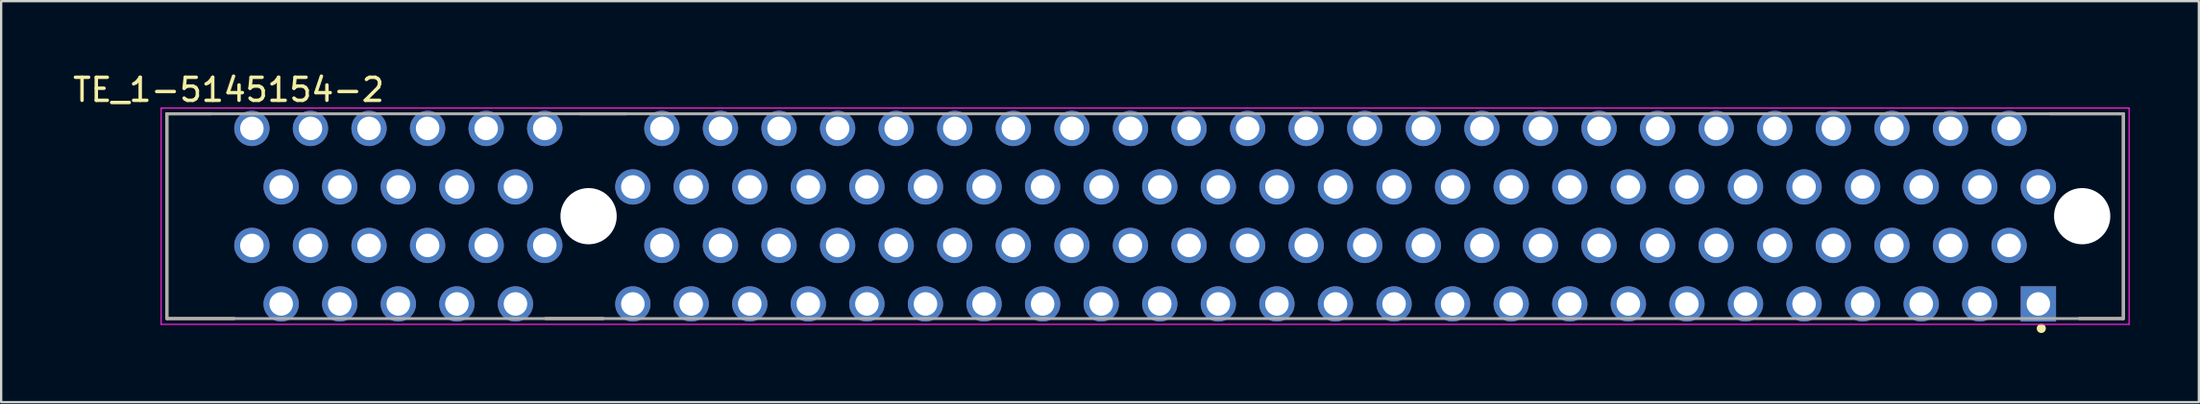
<source format=kicad_pcb>
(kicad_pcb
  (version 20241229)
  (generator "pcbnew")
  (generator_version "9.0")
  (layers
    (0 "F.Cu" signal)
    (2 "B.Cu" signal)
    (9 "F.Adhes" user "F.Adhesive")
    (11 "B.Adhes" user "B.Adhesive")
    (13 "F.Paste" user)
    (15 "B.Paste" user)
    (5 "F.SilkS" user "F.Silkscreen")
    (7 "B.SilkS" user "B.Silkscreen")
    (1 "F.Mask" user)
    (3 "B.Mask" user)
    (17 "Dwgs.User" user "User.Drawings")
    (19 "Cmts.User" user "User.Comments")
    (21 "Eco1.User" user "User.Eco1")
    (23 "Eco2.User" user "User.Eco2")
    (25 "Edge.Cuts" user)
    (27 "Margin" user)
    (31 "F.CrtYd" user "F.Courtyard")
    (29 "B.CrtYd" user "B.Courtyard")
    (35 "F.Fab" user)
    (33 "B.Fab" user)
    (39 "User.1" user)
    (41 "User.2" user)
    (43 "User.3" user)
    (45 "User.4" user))
  (footprint "TE_1-5145154-2"
    (layer "F.Cu")
    (at 46.608 6.335)
    (property "Reference" "TE_1-5145154-2" (at -39.744 -5.486 0) (layer "F.SilkS") (effects (font (size 1 1) (thickness 0.15))))
    (attr through_hole)
    (fp_line (start -42.42 -4.445) (end -40.5 -4.445) (stroke (width 0.127) (type solid)) (layer "F.SilkS"))
    (fp_line (start -42.42 4.445) (end -42.42 -4.445) (stroke (width 0.127) (type solid)) (layer "F.SilkS"))
    (fp_line (start -42.42 4.445) (end -39.5 4.445) (stroke (width 0.127) (type solid)) (layer "F.SilkS"))
    (fp_line (start -26 4.445) (end -23.5 4.445) (stroke (width 0.127) (type solid)) (layer "F.SilkS"))
    (fp_line (start -24.5 -4.445) (end -22.5 -4.445) (stroke (width 0.127) (type solid)) (layer "F.SilkS"))
    (fp_line (start 39.235 -4.445) (end 42.42 -4.445) (stroke (width 0.127) (type solid)) (layer "F.SilkS"))
    (fp_line (start 42.42 -4.445) (end 42.42 4.445) (stroke (width 0.127) (type solid)) (layer "F.SilkS"))
    (fp_line (start 42.42 4.445) (end 40.51 4.445) (stroke (width 0.127) (type solid)) (layer "F.SilkS"))
    (fp_circle (center 38.862 4.873) (end 38.962 4.873) (stroke (width 0.2) (type solid)) (fill no) (layer "F.SilkS"))
    (fp_line (start -42.67 -4.695) (end 42.67 -4.695) (stroke (width 0.05) (type solid)) (layer "F.CrtYd"))
    (fp_line (start -42.67 4.695) (end -42.67 -4.695) (stroke (width 0.05) (type solid)) (layer "F.CrtYd"))
    (fp_line (start 42.67 -4.695) (end 42.67 4.695) (stroke (width 0.05) (type solid)) (layer "F.CrtYd"))
    (fp_line (start 42.67 4.695) (end -42.67 4.695) (stroke (width 0.05) (type solid)) (layer "F.CrtYd"))
    (fp_line (start -42.42 -4.445) (end 42.42 -4.445) (stroke (width 0.127) (type solid)) (layer "F.Fab"))
    (fp_line (start -42.42 4.445) (end -42.42 -4.445) (stroke (width 0.127) (type solid)) (layer "F.Fab"))
    (fp_line (start 42.42 -4.445) (end 42.42 4.445) (stroke (width 0.127) (type solid)) (layer "F.Fab"))
    (fp_line (start 42.42 4.445) (end -42.42 4.445) (stroke (width 0.127) (type solid)) (layer "F.Fab"))
    (pad "" np_thru_hole circle (at -24.135 0) (size 2.44 2.44) (drill 2.44) (layers "*.Cu" "*.Mask"))
    (pad "" np_thru_hole circle (at 40.635 0) (size 2.44 2.44) (drill 2.44) (layers "*.Cu" "*.Mask"))
    (pad "1" thru_hole rect (at 38.735 3.81) (size 1.53 1.53) (drill 1.02) (layers "*.Cu" "*.Mask"))
    (pad "2" thru_hole circle (at 37.465 1.27) (size 1.53 1.53) (drill 1.02) (layers "*.Cu" "*.Mask"))
    (pad "3" thru_hole circle (at 36.195 3.81) (size 1.53 1.53) (drill 1.02) (layers "*.Cu" "*.Mask"))
    (pad "4" thru_hole circle (at 34.925 1.27) (size 1.53 1.53) (drill 1.02) (layers "*.Cu" "*.Mask"))
    (pad "5" thru_hole circle (at 33.655 3.81) (size 1.53 1.53) (drill 1.02) (layers "*.Cu" "*.Mask"))
    (pad "6" thru_hole circle (at 32.385 1.27) (size 1.53 1.53) (drill 1.02) (layers "*.Cu" "*.Mask"))
    (pad "7" thru_hole circle (at 31.115 3.81) (size 1.53 1.53) (drill 1.02) (layers "*.Cu" "*.Mask"))
    (pad "8" thru_hole circle (at 29.845 1.27) (size 1.53 1.53) (drill 1.02) (layers "*.Cu" "*.Mask"))
    (pad "9" thru_hole circle (at 28.575 3.81) (size 1.53 1.53) (drill 1.02) (layers "*.Cu" "*.Mask"))
    (pad "10" thru_hole circle (at 27.305 1.27) (size 1.53 1.53) (drill 1.02) (layers "*.Cu" "*.Mask"))
    (pad "11" thru_hole circle (at 26.035 3.81) (size 1.53 1.53) (drill 1.02) (layers "*.Cu" "*.Mask"))
    (pad "12" thru_hole circle (at 24.765 1.27) (size 1.53 1.53) (drill 1.02) (layers "*.Cu" "*.Mask"))
    (pad "13" thru_hole circle (at 23.495 3.81) (size 1.53 1.53) (drill 1.02) (layers "*.Cu" "*.Mask"))
    (pad "14" thru_hole circle (at 22.225 1.27) (size 1.53 1.53) (drill 1.02) (layers "*.Cu" "*.Mask"))
    (pad "15" thru_hole circle (at 20.955 3.81) (size 1.53 1.53) (drill 1.02) (layers "*.Cu" "*.Mask"))
    (pad "16" thru_hole circle (at 19.685 1.27) (size 1.53 1.53) (drill 1.02) (layers "*.Cu" "*.Mask"))
    (pad "17" thru_hole circle (at 18.415 3.81) (size 1.53 1.53) (drill 1.02) (layers "*.Cu" "*.Mask"))
    (pad "18" thru_hole circle (at 17.145 1.27) (size 1.53 1.53) (drill 1.02) (layers "*.Cu" "*.Mask"))
    (pad "19" thru_hole circle (at 15.875 3.81) (size 1.53 1.53) (drill 1.02) (layers "*.Cu" "*.Mask"))
    (pad "20" thru_hole circle (at 14.605 1.27) (size 1.53 1.53) (drill 1.02) (layers "*.Cu" "*.Mask"))
    (pad "21" thru_hole circle (at 13.335 3.81) (size 1.53 1.53) (drill 1.02) (layers "*.Cu" "*.Mask"))
    (pad "22" thru_hole circle (at 12.065 1.27) (size 1.53 1.53) (drill 1.02) (layers "*.Cu" "*.Mask"))
    (pad "23" thru_hole circle (at 10.795 3.81) (size 1.53 1.53) (drill 1.02) (layers "*.Cu" "*.Mask"))
    (pad "24" thru_hole circle (at 9.525 1.27) (size 1.53 1.53) (drill 1.02) (layers "*.Cu" "*.Mask"))
    (pad "25" thru_hole circle (at 8.255 3.81) (size 1.53 1.53) (drill 1.02) (layers "*.Cu" "*.Mask"))
    (pad "26" thru_hole circle (at 6.985 1.27) (size 1.53 1.53) (drill 1.02) (layers "*.Cu" "*.Mask"))
    (pad "27" thru_hole circle (at 5.715 3.81) (size 1.53 1.53) (drill 1.02) (layers "*.Cu" "*.Mask"))
    (pad "28" thru_hole circle (at 4.445 1.27) (size 1.53 1.53) (drill 1.02) (layers "*.Cu" "*.Mask"))
    (pad "29" thru_hole circle (at 3.175 3.81) (size 1.53 1.53) (drill 1.02) (layers "*.Cu" "*.Mask"))
    (pad "30" thru_hole circle (at 1.905 1.27) (size 1.53 1.53) (drill 1.02) (layers "*.Cu" "*.Mask"))
    (pad "31" thru_hole circle (at 0.635 3.81) (size 1.53 1.53) (drill 1.02) (layers "*.Cu" "*.Mask"))
    (pad "32" thru_hole circle (at -0.635 1.27) (size 1.53 1.53) (drill 1.02) (layers "*.Cu" "*.Mask"))
    (pad "33" thru_hole circle (at -1.905 3.81) (size 1.53 1.53) (drill 1.02) (layers "*.Cu" "*.Mask"))
    (pad "34" thru_hole circle (at -3.175 1.27) (size 1.53 1.53) (drill 1.02) (layers "*.Cu" "*.Mask"))
    (pad "35" thru_hole circle (at -4.445 3.81) (size 1.53 1.53) (drill 1.02) (layers "*.Cu" "*.Mask"))
    (pad "36" thru_hole circle (at -5.715 1.27) (size 1.53 1.53) (drill 1.02) (layers "*.Cu" "*.Mask"))
    (pad "37" thru_hole circle (at -6.985 3.81) (size 1.53 1.53) (drill 1.02) (layers "*.Cu" "*.Mask"))
    (pad "38" thru_hole circle (at -8.255 1.27) (size 1.53 1.53) (drill 1.02) (layers "*.Cu" "*.Mask"))
    (pad "39" thru_hole circle (at -9.525 3.81) (size 1.53 1.53) (drill 1.02) (layers "*.Cu" "*.Mask"))
    (pad "40" thru_hole circle (at -10.795 1.27) (size 1.53 1.53) (drill 1.02) (layers "*.Cu" "*.Mask"))
    (pad "41" thru_hole circle (at -12.065 3.81) (size 1.53 1.53) (drill 1.02) (layers "*.Cu" "*.Mask"))
    (pad "42" thru_hole circle (at -13.335 1.27) (size 1.53 1.53) (drill 1.02) (layers "*.Cu" "*.Mask"))
    (pad "43" thru_hole circle (at -14.605 3.81) (size 1.53 1.53) (drill 1.02) (layers "*.Cu" "*.Mask"))
    (pad "44" thru_hole circle (at -15.875 1.27) (size 1.53 1.53) (drill 1.02) (layers "*.Cu" "*.Mask"))
    (pad "45" thru_hole circle (at -17.145 3.81) (size 1.53 1.53) (drill 1.02) (layers "*.Cu" "*.Mask"))
    (pad "46" thru_hole circle (at -18.415 1.27) (size 1.53 1.53) (drill 1.02) (layers "*.Cu" "*.Mask"))
    (pad "47" thru_hole circle (at -19.685 3.81) (size 1.53 1.53) (drill 1.02) (layers "*.Cu" "*.Mask"))
    (pad "48" thru_hole circle (at -20.955 1.27) (size 1.53 1.53) (drill 1.02) (layers "*.Cu" "*.Mask"))
    (pad "49" thru_hole circle (at -22.215 3.81) (size 1.53 1.53) (drill 1.02) (layers "*.Cu" "*.Mask"))
    (pad "50" thru_hole circle (at -26.035 1.27) (size 1.53 1.53) (drill 1.02) (layers "*.Cu" "*.Mask"))
    (pad "51" thru_hole circle (at -27.305 3.81) (size 1.53 1.53) (drill 1.02) (layers "*.Cu" "*.Mask"))
    (pad "52" thru_hole circle (at -28.575 1.27) (size 1.53 1.53) (drill 1.02) (layers "*.Cu" "*.Mask"))
    (pad "53" thru_hole circle (at -29.845 3.81) (size 1.53 1.53) (drill 1.02) (layers "*.Cu" "*.Mask"))
    (pad "54" thru_hole circle (at -31.115 1.27) (size 1.53 1.53) (drill 1.02) (layers "*.Cu" "*.Mask"))
    (pad "55" thru_hole circle (at -32.385 3.81) (size 1.53 1.53) (drill 1.02) (layers "*.Cu" "*.Mask"))
    (pad "56" thru_hole circle (at -33.655 1.27) (size 1.53 1.53) (drill 1.02) (layers "*.Cu" "*.Mask"))
    (pad "57" thru_hole circle (at -34.925 3.81) (size 1.53 1.53) (drill 1.02) (layers "*.Cu" "*.Mask"))
    (pad "58" thru_hole circle (at -36.195 1.27) (size 1.53 1.53) (drill 1.02) (layers "*.Cu" "*.Mask"))
    (pad "59" thru_hole circle (at -37.465 3.81) (size 1.53 1.53) (drill 1.02) (layers "*.Cu" "*.Mask"))
    (pad "60" thru_hole circle (at -38.735 1.27) (size 1.53 1.53) (drill 1.02) (layers "*.Cu" "*.Mask"))
    (pad "61" thru_hole circle (at 38.735 -1.27) (size 1.53 1.53) (drill 1.02) (layers "*.Cu" "*.Mask"))
    (pad "62" thru_hole circle (at 37.465 -3.81) (size 1.53 1.53) (drill 1.02) (layers "*.Cu" "*.Mask"))
    (pad "63" thru_hole circle (at 36.195 -1.27) (size 1.53 1.53) (drill 1.02) (layers "*.Cu" "*.Mask"))
    (pad "64" thru_hole circle (at 34.925 -3.81) (size 1.53 1.53) (drill 1.02) (layers "*.Cu" "*.Mask"))
    (pad "65" thru_hole circle (at 33.655 -1.27) (size 1.53 1.53) (drill 1.02) (layers "*.Cu" "*.Mask"))
    (pad "66" thru_hole circle (at 32.385 -3.81) (size 1.53 1.53) (drill 1.02) (layers "*.Cu" "*.Mask"))
    (pad "67" thru_hole circle (at 31.115 -1.27) (size 1.53 1.53) (drill 1.02) (layers "*.Cu" "*.Mask"))
    (pad "68" thru_hole circle (at 29.845 -3.81) (size 1.53 1.53) (drill 1.02) (layers "*.Cu" "*.Mask"))
    (pad "69" thru_hole circle (at 28.575 -1.27) (size 1.53 1.53) (drill 1.02) (layers "*.Cu" "*.Mask"))
    (pad "70" thru_hole circle (at 27.305 -3.81) (size 1.53 1.53) (drill 1.02) (layers "*.Cu" "*.Mask"))
    (pad "71" thru_hole circle (at 26.035 -1.27) (size 1.53 1.53) (drill 1.02) (layers "*.Cu" "*.Mask"))
    (pad "72" thru_hole circle (at 24.765 -3.81) (size 1.53 1.53) (drill 1.02) (layers "*.Cu" "*.Mask"))
    (pad "73" thru_hole circle (at 23.495 -1.27) (size 1.53 1.53) (drill 1.02) (layers "*.Cu" "*.Mask"))
    (pad "74" thru_hole circle (at 22.225 -3.81) (size 1.53 1.53) (drill 1.02) (layers "*.Cu" "*.Mask"))
    (pad "75" thru_hole circle (at 20.955 -1.27) (size 1.53 1.53) (drill 1.02) (layers "*.Cu" "*.Mask"))
    (pad "76" thru_hole circle (at 19.685 -3.81) (size 1.53 1.53) (drill 1.02) (layers "*.Cu" "*.Mask"))
    (pad "77" thru_hole circle (at 18.415 -1.27) (size 1.53 1.53) (drill 1.02) (layers "*.Cu" "*.Mask"))
    (pad "78" thru_hole circle (at 17.145 -3.81) (size 1.53 1.53) (drill 1.02) (layers "*.Cu" "*.Mask"))
    (pad "79" thru_hole circle (at 15.875 -1.27) (size 1.53 1.53) (drill 1.02) (layers "*.Cu" "*.Mask"))
    (pad "80" thru_hole circle (at 14.605 -3.81) (size 1.53 1.53) (drill 1.02) (layers "*.Cu" "*.Mask"))
    (pad "81" thru_hole circle (at 13.335 -1.27) (size 1.53 1.53) (drill 1.02) (layers "*.Cu" "*.Mask"))
    (pad "82" thru_hole circle (at 12.065 -3.81) (size 1.53 1.53) (drill 1.02) (layers "*.Cu" "*.Mask"))
    (pad "83" thru_hole circle (at 10.795 -1.27) (size 1.53 1.53) (drill 1.02) (layers "*.Cu" "*.Mask"))
    (pad "84" thru_hole circle (at 9.525 -3.81) (size 1.53 1.53) (drill 1.02) (layers "*.Cu" "*.Mask"))
    (pad "85" thru_hole circle (at 8.255 -1.27) (size 1.53 1.53) (drill 1.02) (layers "*.Cu" "*.Mask"))
    (pad "86" thru_hole circle (at 6.985 -3.81) (size 1.53 1.53) (drill 1.02) (layers "*.Cu" "*.Mask"))
    (pad "87" thru_hole circle (at 5.715 -1.27) (size 1.53 1.53) (drill 1.02) (layers "*.Cu" "*.Mask"))
    (pad "88" thru_hole circle (at 4.445 -3.81) (size 1.53 1.53) (drill 1.02) (layers "*.Cu" "*.Mask"))
    (pad "89" thru_hole circle (at 3.175 -1.27) (size 1.53 1.53) (drill 1.02) (layers "*.Cu" "*.Mask"))
    (pad "90" thru_hole circle (at 1.905 -3.81) (size 1.53 1.53) (drill 1.02) (layers "*.Cu" "*.Mask"))
    (pad "91" thru_hole circle (at 0.635 -1.27) (size 1.53 1.53) (drill 1.02) (layers "*.Cu" "*.Mask"))
    (pad "92" thru_hole circle (at -0.635 -3.81) (size 1.53 1.53) (drill 1.02) (layers "*.Cu" "*.Mask"))
    (pad "93" thru_hole circle (at -1.905 -1.27) (size 1.53 1.53) (drill 1.02) (layers "*.Cu" "*.Mask"))
    (pad "94" thru_hole circle (at -3.175 -3.81) (size 1.53 1.53) (drill 1.02) (layers "*.Cu" "*.Mask"))
    (pad "95" thru_hole circle (at -4.445 -1.27) (size 1.53 1.53) (drill 1.02) (layers "*.Cu" "*.Mask"))
    (pad "96" thru_hole circle (at -5.715 -3.81) (size 1.53 1.53) (drill 1.02) (layers "*.Cu" "*.Mask"))
    (pad "97" thru_hole circle (at -6.985 -1.27) (size 1.53 1.53) (drill 1.02) (layers "*.Cu" "*.Mask"))
    (pad "98" thru_hole circle (at -8.255 -3.81) (size 1.53 1.53) (drill 1.02) (layers "*.Cu" "*.Mask"))
    (pad "99" thru_hole circle (at -9.525 -1.27) (size 1.53 1.53) (drill 1.02) (layers "*.Cu" "*.Mask"))
    (pad "100" thru_hole circle (at -10.795 -3.81) (size 1.53 1.53) (drill 1.02) (layers "*.Cu" "*.Mask"))
    (pad "101" thru_hole circle (at -12.065 -1.27) (size 1.53 1.53) (drill 1.02) (layers "*.Cu" "*.Mask"))
    (pad "102" thru_hole circle (at -13.335 -3.81) (size 1.53 1.53) (drill 1.02) (layers "*.Cu" "*.Mask"))
    (pad "103" thru_hole circle (at -14.605 -1.27) (size 1.53 1.53) (drill 1.02) (layers "*.Cu" "*.Mask"))
    (pad "104" thru_hole circle (at -15.875 -3.81) (size 1.53 1.53) (drill 1.02) (layers "*.Cu" "*.Mask"))
    (pad "105" thru_hole circle (at -17.145 -1.27) (size 1.53 1.53) (drill 1.02) (layers "*.Cu" "*.Mask"))
    (pad "106" thru_hole circle (at -18.415 -3.81) (size 1.53 1.53) (drill 1.02) (layers "*.Cu" "*.Mask"))
    (pad "107" thru_hole circle (at -19.685 -1.27) (size 1.53 1.53) (drill 1.02) (layers "*.Cu" "*.Mask"))
    (pad "108" thru_hole circle (at -20.955 -3.81) (size 1.53 1.53) (drill 1.02) (layers "*.Cu" "*.Mask"))
    (pad "109" thru_hole circle (at -22.215 -1.27) (size 1.53 1.53) (drill 1.02) (layers "*.Cu" "*.Mask"))
    (pad "110" thru_hole circle (at -26.035 -3.81) (size 1.53 1.53) (drill 1.02) (layers "*.Cu" "*.Mask"))
    (pad "111" thru_hole circle (at -27.305 -1.27) (size 1.53 1.53) (drill 1.02) (layers "*.Cu" "*.Mask"))
    (pad "112" thru_hole circle (at -28.575 -3.81) (size 1.53 1.53) (drill 1.02) (layers "*.Cu" "*.Mask"))
    (pad "113" thru_hole circle (at -29.845 -1.27) (size 1.53 1.53) (drill 1.02) (layers "*.Cu" "*.Mask"))
    (pad "114" thru_hole circle (at -31.115 -3.81) (size 1.53 1.53) (drill 1.02) (layers "*.Cu" "*.Mask"))
    (pad "115" thru_hole circle (at -32.385 -1.27) (size 1.53 1.53) (drill 1.02) (layers "*.Cu" "*.Mask"))
    (pad "116" thru_hole circle (at -33.655 -3.81) (size 1.53 1.53) (drill 1.02) (layers "*.Cu" "*.Mask"))
    (pad "117" thru_hole circle (at -34.925 -1.27) (size 1.53 1.53) (drill 1.02) (layers "*.Cu" "*.Mask"))
    (pad "118" thru_hole circle (at -36.195 -3.81) (size 1.53 1.53) (drill 1.02) (layers "*.Cu" "*.Mask"))
    (pad "119" thru_hole circle (at -37.465 -1.27) (size 1.53 1.53) (drill 1.02) (layers "*.Cu" "*.Mask"))
    (pad "120" thru_hole circle (at -38.735 -3.81) (size 1.53 1.53) (drill 1.02) (layers "*.Cu" "*.Mask")))
  (gr_rect
    (start -3 -3)
    (end 92.303 14.408)
    (stroke (width 0.1) (type default))
    (fill no)
    (layer "Edge.Cuts")))
</source>
